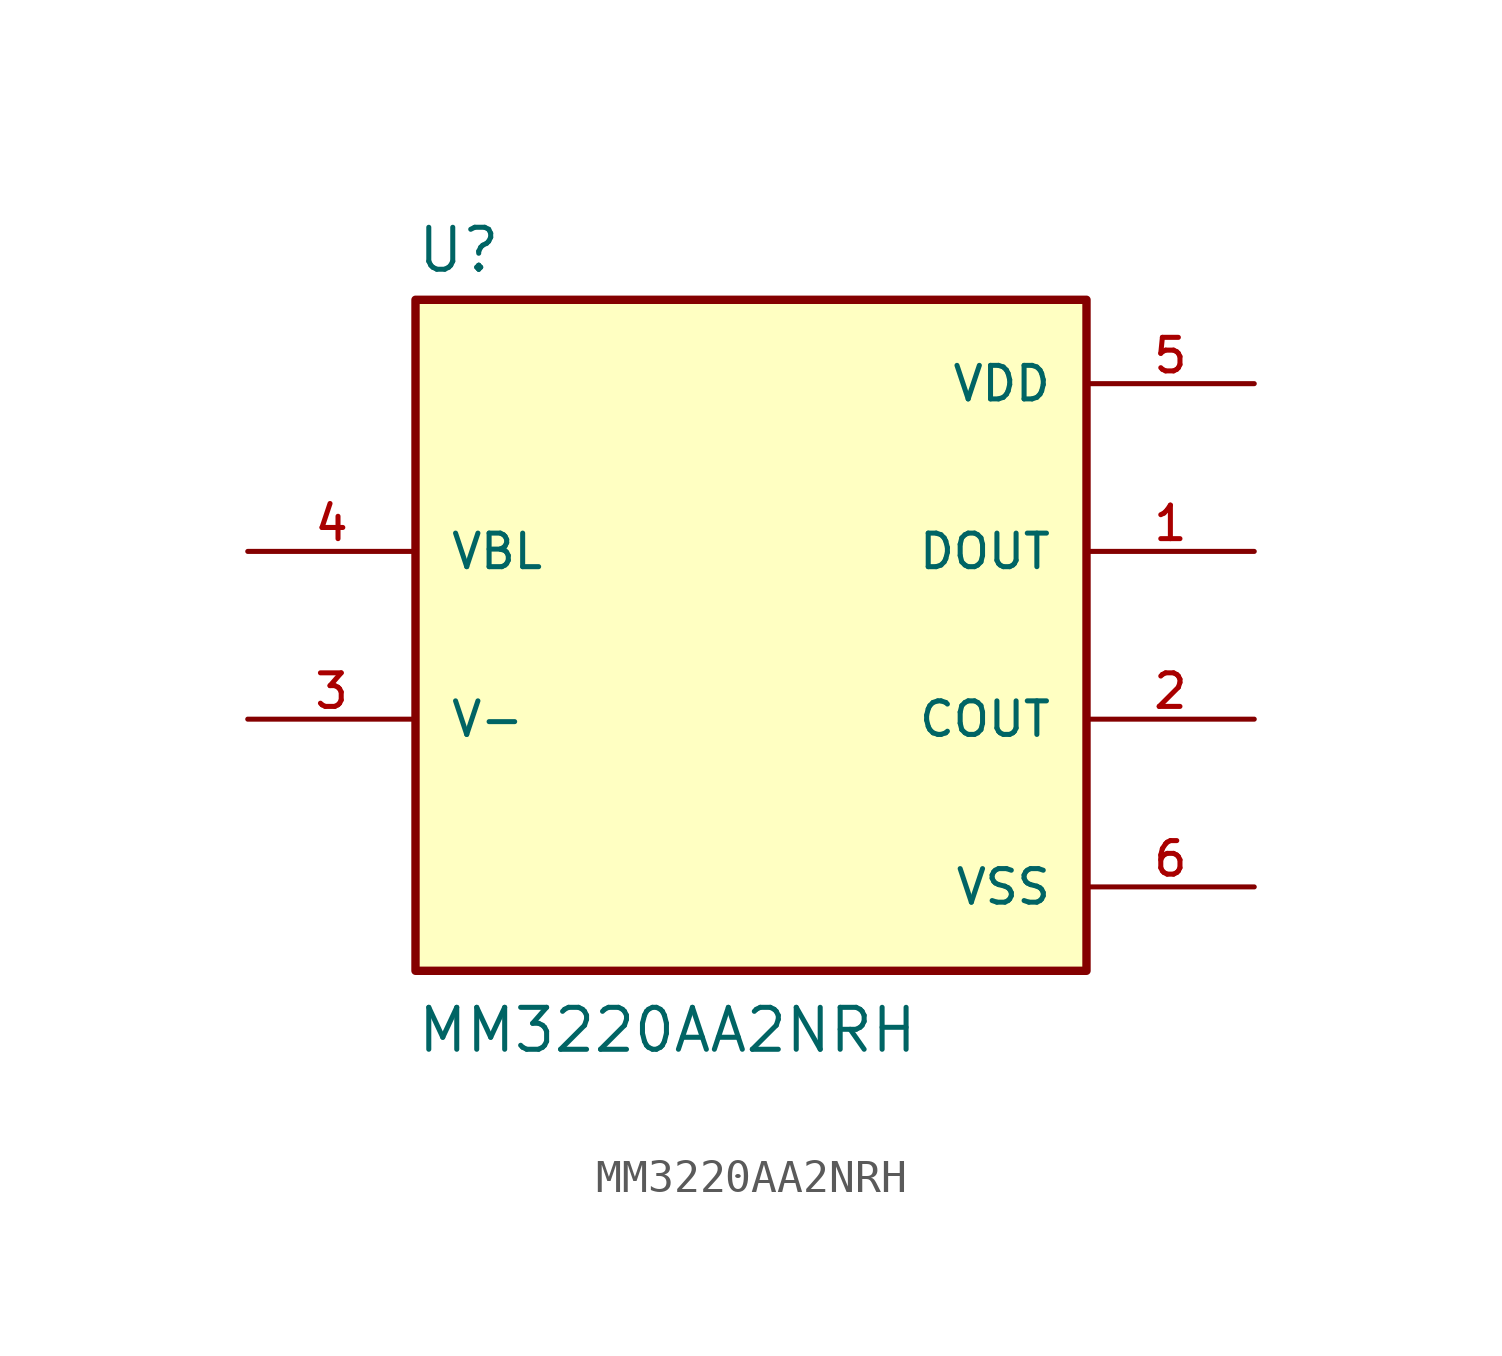
<source format=kicad_sym>
(kicad_symbol_lib
  (version 20211014)
  (generator kicad_symbol_editor)
  (symbol "MM3220AA2NRH"
    (pin_names
      (offset 1.016))
    (property "Reference" "U"
      (at -10.16 10.922 0)
      (effects (font (size 1.27 1.27)) (justify bottom left)))
    (property "Value" "MM3220AA2NRH"
      (at -10.16 -12.7 0)
      (effects (font (size 1.27 1.27)) (justify bottom left)))
    (symbol "MM3220AA2NRH_0_0"
      (rectangle (start -10.16 -10.16) (end 10.16 10.16) (stroke (width 0.254)) (fill (type background)))
      (pin output line (at 15.24 2.54 180.0) (length 5.08) (name "DOUT" (effects (font (size 1.016 1.016)))) (number "1" (effects (font (size 1.016 1.016)))))
      (pin output line (at 15.24 -2.54 180.0) (length 5.08) (name "COUT" (effects (font (size 1.016 1.016)))) (number "2" (effects (font (size 1.016 1.016)))))
      (pin input line (at -15.24 -2.54 0) (length 5.08) (name "V-" (effects (font (size 1.016 1.016)))) (number "3" (effects (font (size 1.016 1.016)))))
      (pin input line (at -15.24 2.54 0) (length 5.08) (name "VBL" (effects (font (size 1.016 1.016)))) (number "4" (effects (font (size 1.016 1.016)))))
      (pin power_in line (at 15.24 7.62 180.0) (length 5.08) (name "VDD" (effects (font (size 1.016 1.016)))) (number "5" (effects (font (size 1.016 1.016)))))
      (pin power_in line (at 15.24 -7.62 180.0) (length 5.08) (name "VSS" (effects (font (size 1.016 1.016)))) (number "6" (effects (font (size 1.016 1.016))))))))
</source>
